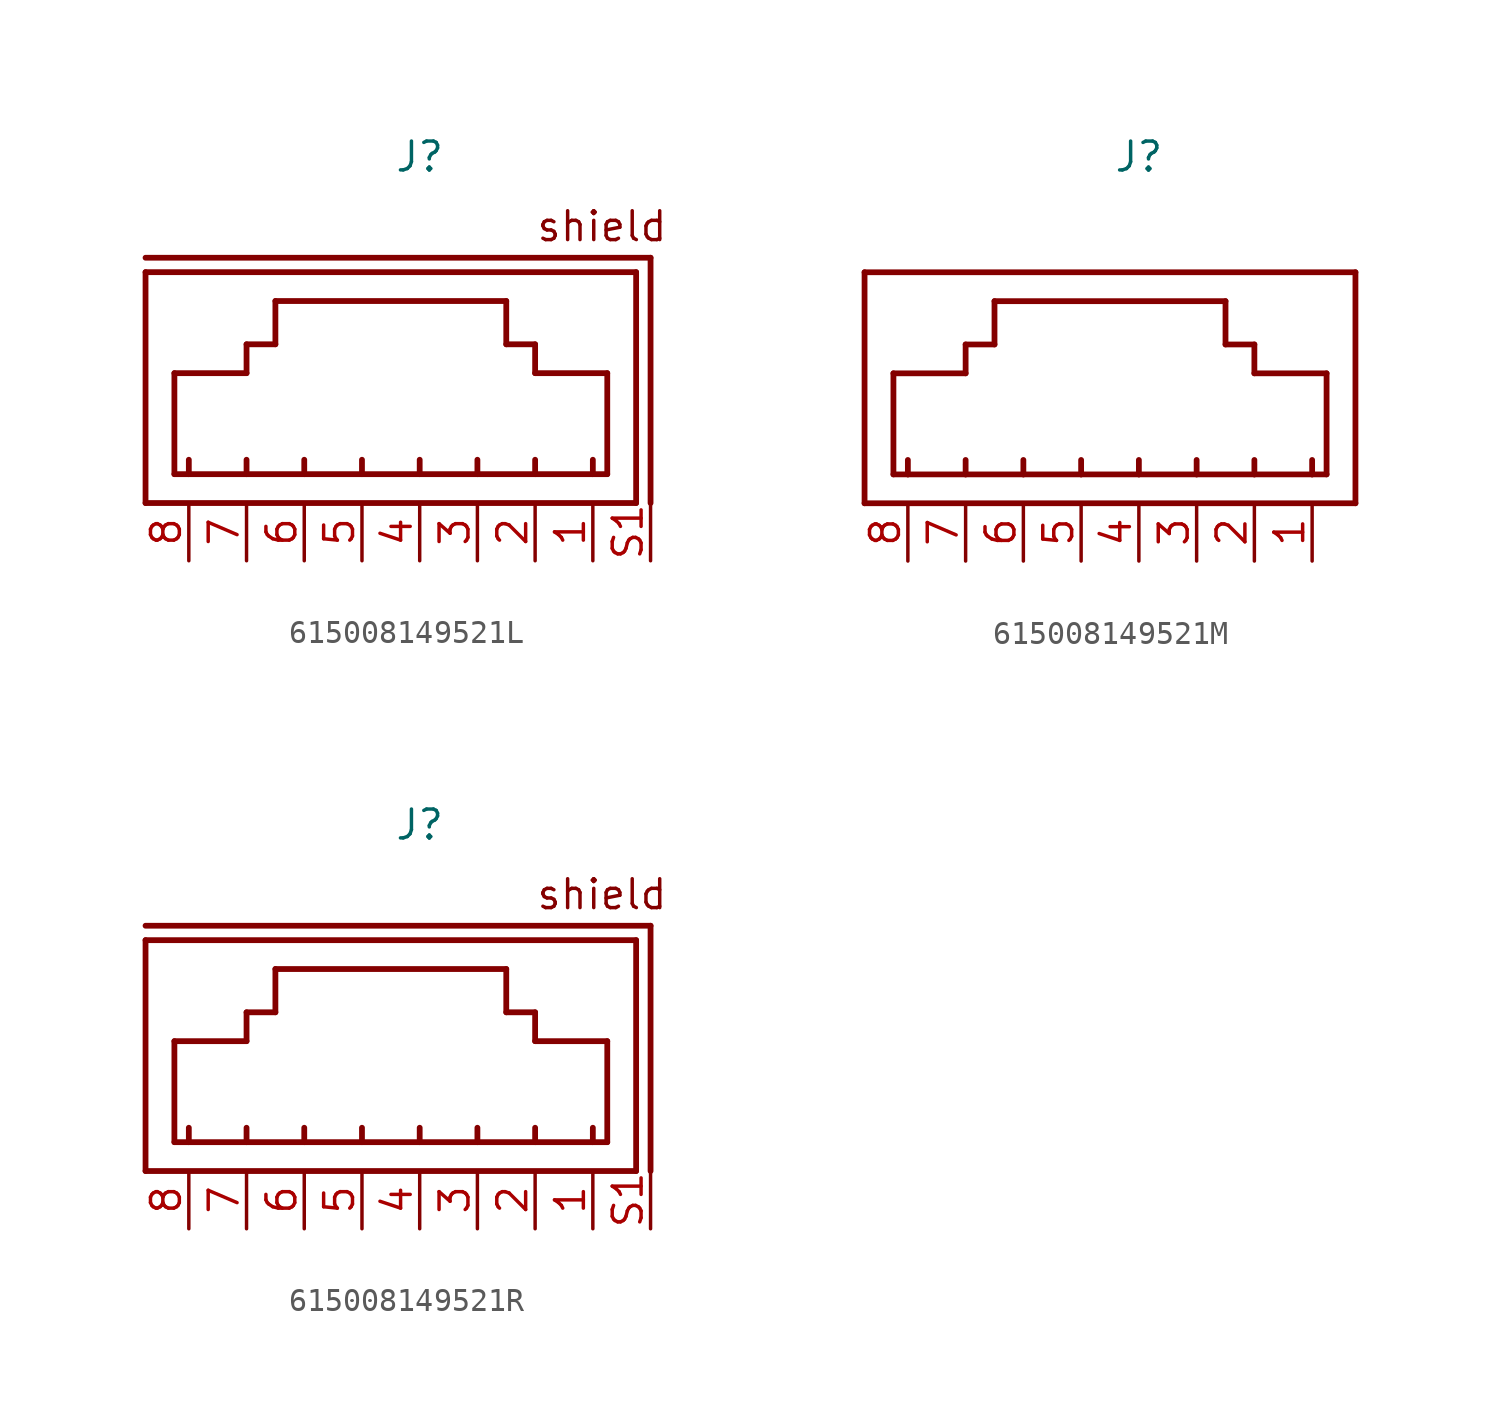
<source format=kicad_sym>
(kicad_symbol_lib
  (version 20241209)
  (generator "kicad_symbol_editor")
  (generator_version "9.0")
  (symbol "615008149521L"
    (pin_names
      (hide yes))
    (property "Reference" "J"
      (at 0 10.16 0)
      (effects (font (size 1.27 1.27))))
    (symbol "615008149521L_1_0"
      (polyline (pts (xy -12.065 5.715) (xy 10.16 5.715)) (stroke (width 0.254) (type solid)) (fill (type none)))
      (polyline (pts (xy -12.065 5.08) (xy 9.525 5.08)) (stroke (width 0.254) (type solid)) (fill (type none)))
      (polyline (pts (xy -12.065 -5.08) (xy -12.065 5.08)) (stroke (width 0.254) (type solid)) (fill (type none)))
      (polyline (pts (xy -10.795 0.635) (xy -7.62 0.635)) (stroke (width 0.254) (type solid)) (fill (type none)))
      (polyline (pts (xy -10.795 -3.81) (xy -10.795 0.635)) (stroke (width 0.254) (type solid)) (fill (type none)))
      (polyline (pts (xy -10.16 -3.81) (xy -10.795 -3.81)) (stroke (width 0.254) (type solid)) (fill (type none)))
      (polyline (pts (xy -10.16 -3.81) (xy -10.16 -3.175)) (stroke (width 0.254) (type solid)) (fill (type none)))
      (polyline (pts (xy -7.62 1.905) (xy -6.35 1.905)) (stroke (width 0.254) (type solid)) (fill (type none)))
      (polyline (pts (xy -7.62 0.635) (xy -7.62 1.905)) (stroke (width 0.254) (type solid)) (fill (type none)))
      (polyline (pts (xy -7.62 -3.81) (xy -10.16 -3.81)) (stroke (width 0.254) (type solid)) (fill (type none)))
      (polyline (pts (xy -7.62 -3.81) (xy -7.62 -3.175)) (stroke (width 0.254) (type solid)) (fill (type none)))
      (polyline (pts (xy -6.35 3.81) (xy 3.81 3.81)) (stroke (width 0.254) (type solid)) (fill (type none)))
      (polyline (pts (xy -6.35 1.905) (xy -6.35 3.81)) (stroke (width 0.254) (type solid)) (fill (type none)))
      (polyline (pts (xy -5.08 -3.81) (xy -7.62 -3.81)) (stroke (width 0.254) (type solid)) (fill (type none)))
      (polyline (pts (xy -5.08 -3.81) (xy -5.08 -3.175)) (stroke (width 0.254) (type solid)) (fill (type none)))
      (polyline (pts (xy -2.54 -3.81) (xy -5.08 -3.81)) (stroke (width 0.254) (type solid)) (fill (type none)))
      (polyline (pts (xy -2.54 -3.81) (xy -2.54 -3.175)) (stroke (width 0.254) (type solid)) (fill (type none)))
      (polyline (pts (xy 0 -3.81) (xy -2.54 -3.81)) (stroke (width 0.254) (type solid)) (fill (type none)))
      (polyline (pts (xy 0 -3.81) (xy 0 -3.175)) (stroke (width 0.254) (type solid)) (fill (type none)))
      (polyline (pts (xy 2.54 -3.81) (xy 0 -3.81)) (stroke (width 0.254) (type solid)) (fill (type none)))
      (polyline (pts (xy 2.54 -3.81) (xy 2.54 -3.175)) (stroke (width 0.254) (type solid)) (fill (type none)))
      (polyline (pts (xy 3.81 1.905) (xy 3.81 3.81)) (stroke (width 0.254) (type solid)) (fill (type none)))
      (polyline (pts (xy 5.08 1.905) (xy 3.81 1.905)) (stroke (width 0.254) (type solid)) (fill (type none)))
      (polyline (pts (xy 5.08 0.635) (xy 5.08 1.905)) (stroke (width 0.254) (type solid)) (fill (type none)))
      (polyline (pts (xy 5.08 -3.81) (xy 2.54 -3.81)) (stroke (width 0.254) (type solid)) (fill (type none)))
      (polyline (pts (xy 5.08 -3.81) (xy 5.08 -3.175)) (stroke (width 0.254) (type solid)) (fill (type none)))
      (polyline (pts (xy 7.62 -3.81) (xy 5.08 -3.81)) (stroke (width 0.254) (type solid)) (fill (type none)))
      (polyline (pts (xy 7.62 -3.81) (xy 7.62 -3.175)) (stroke (width 0.254) (type solid)) (fill (type none)))
      (polyline (pts (xy 8.255 0.635) (xy 5.08 0.635)) (stroke (width 0.254) (type solid)) (fill (type none)))
      (polyline (pts (xy 8.255 0.635) (xy 8.255 -3.81)) (stroke (width 0.254) (type solid)) (fill (type none)))
      (polyline (pts (xy 8.255 -3.81) (xy 7.62 -3.81)) (stroke (width 0.254) (type solid)) (fill (type none)))
      (polyline (pts (xy 9.525 5.08) (xy 9.525 -5.08)) (stroke (width 0.254) (type solid)) (fill (type none)))
      (polyline (pts (xy 9.525 -5.08) (xy -12.065 -5.08)) (stroke (width 0.254) (type solid)) (fill (type none)))
      (polyline (pts (xy 10.16 5.715) (xy 10.16 -5.08)) (stroke (width 0.254) (type solid)) (fill (type none)))
      (pin passive line (at -10.16 -7.62 90) (length 2.54) (name "8" (effects (font (size 1.27 1.27)))) (number "8" (effects (font (size 1.27 1.27)))))
      (pin passive line (at -7.62 -7.62 90) (length 2.54) (name "7" (effects (font (size 1.27 1.27)))) (number "7" (effects (font (size 1.27 1.27)))))
      (pin passive line (at -5.08 -7.62 90) (length 2.54) (name "6" (effects (font (size 1.27 1.27)))) (number "6" (effects (font (size 1.27 1.27)))))
      (pin passive line (at -2.54 -7.62 90) (length 2.54) (name "5" (effects (font (size 1.27 1.27)))) (number "5" (effects (font (size 1.27 1.27)))))
      (pin passive line (at 0 -7.62 90) (length 2.54) (name "4" (effects (font (size 1.27 1.27)))) (number "4" (effects (font (size 1.27 1.27)))))
      (pin passive line (at 2.54 -7.62 90) (length 2.54) (name "3" (effects (font (size 1.27 1.27)))) (number "3" (effects (font (size 1.27 1.27)))))
      (pin passive line (at 5.08 -7.62 90) (length 2.54) (name "2" (effects (font (size 1.27 1.27)))) (number "2" (effects (font (size 1.27 1.27)))))
      (pin passive line (at 7.62 -7.62 90) (length 2.54) (name "1" (effects (font (size 1.27 1.27)))) (number "1" (effects (font (size 1.27 1.27)))))
      (pin passive line (at 10.16 -7.62 90) (length 2.54) (name "SHIELD" (effects (font (size 1.27 1.27)))) (number "S1" (effects (font (size 1.27 1.27))))))
    (symbol "615008149521L_1_1"
      (text "shield" (at 5.08 6.35 0) (effects (font (size 1.27 1.27)) (justify left bottom)))))
  (symbol "615008149521M"
    (pin_names
      (hide yes))
    (property "Reference" "J"
      (at 0 10.16 0)
      (effects (font (size 1.27 1.27))))
    (symbol "615008149521M_1_0"
      (polyline (pts (xy -12.065 5.08) (xy 9.525 5.08)) (stroke (width 0.254) (type solid)) (fill (type none)))
      (polyline (pts (xy -12.065 -5.08) (xy -12.065 5.08)) (stroke (width 0.254) (type solid)) (fill (type none)))
      (polyline (pts (xy -10.795 0.635) (xy -7.62 0.635)) (stroke (width 0.254) (type solid)) (fill (type none)))
      (polyline (pts (xy -10.795 -3.81) (xy -10.795 0.635)) (stroke (width 0.254) (type solid)) (fill (type none)))
      (polyline (pts (xy -10.16 -3.81) (xy -10.795 -3.81)) (stroke (width 0.254) (type solid)) (fill (type none)))
      (polyline (pts (xy -10.16 -3.81) (xy -10.16 -3.175)) (stroke (width 0.254) (type solid)) (fill (type none)))
      (polyline (pts (xy -7.62 1.905) (xy -6.35 1.905)) (stroke (width 0.254) (type solid)) (fill (type none)))
      (polyline (pts (xy -7.62 0.635) (xy -7.62 1.905)) (stroke (width 0.254) (type solid)) (fill (type none)))
      (polyline (pts (xy -7.62 -3.81) (xy -10.16 -3.81)) (stroke (width 0.254) (type solid)) (fill (type none)))
      (polyline (pts (xy -7.62 -3.81) (xy -7.62 -3.175)) (stroke (width 0.254) (type solid)) (fill (type none)))
      (polyline (pts (xy -6.35 3.81) (xy 3.81 3.81)) (stroke (width 0.254) (type solid)) (fill (type none)))
      (polyline (pts (xy -6.35 1.905) (xy -6.35 3.81)) (stroke (width 0.254) (type solid)) (fill (type none)))
      (polyline (pts (xy -5.08 -3.81) (xy -7.62 -3.81)) (stroke (width 0.254) (type solid)) (fill (type none)))
      (polyline (pts (xy -5.08 -3.81) (xy -5.08 -3.175)) (stroke (width 0.254) (type solid)) (fill (type none)))
      (polyline (pts (xy -2.54 -3.81) (xy -5.08 -3.81)) (stroke (width 0.254) (type solid)) (fill (type none)))
      (polyline (pts (xy -2.54 -3.81) (xy -2.54 -3.175)) (stroke (width 0.254) (type solid)) (fill (type none)))
      (polyline (pts (xy 0 -3.81) (xy -2.54 -3.81)) (stroke (width 0.254) (type solid)) (fill (type none)))
      (polyline (pts (xy 0 -3.81) (xy 0 -3.175)) (stroke (width 0.254) (type solid)) (fill (type none)))
      (polyline (pts (xy 2.54 -3.81) (xy 0 -3.81)) (stroke (width 0.254) (type solid)) (fill (type none)))
      (polyline (pts (xy 2.54 -3.81) (xy 2.54 -3.175)) (stroke (width 0.254) (type solid)) (fill (type none)))
      (polyline (pts (xy 3.81 1.905) (xy 3.81 3.81)) (stroke (width 0.254) (type solid)) (fill (type none)))
      (polyline (pts (xy 5.08 1.905) (xy 3.81 1.905)) (stroke (width 0.254) (type solid)) (fill (type none)))
      (polyline (pts (xy 5.08 0.635) (xy 5.08 1.905)) (stroke (width 0.254) (type solid)) (fill (type none)))
      (polyline (pts (xy 5.08 -3.81) (xy 2.54 -3.81)) (stroke (width 0.254) (type solid)) (fill (type none)))
      (polyline (pts (xy 5.08 -3.81) (xy 5.08 -3.175)) (stroke (width 0.254) (type solid)) (fill (type none)))
      (polyline (pts (xy 7.62 -3.81) (xy 5.08 -3.81)) (stroke (width 0.254) (type solid)) (fill (type none)))
      (polyline (pts (xy 7.62 -3.81) (xy 7.62 -3.175)) (stroke (width 0.254) (type solid)) (fill (type none)))
      (polyline (pts (xy 8.255 0.635) (xy 5.08 0.635)) (stroke (width 0.254) (type solid)) (fill (type none)))
      (polyline (pts (xy 8.255 0.635) (xy 8.255 -3.81)) (stroke (width 0.254) (type solid)) (fill (type none)))
      (polyline (pts (xy 8.255 -3.81) (xy 7.62 -3.81)) (stroke (width 0.254) (type solid)) (fill (type none)))
      (polyline (pts (xy 9.525 5.08) (xy 9.525 -5.08)) (stroke (width 0.254) (type solid)) (fill (type none)))
      (polyline (pts (xy 9.525 -5.08) (xy -12.065 -5.08)) (stroke (width 0.254) (type solid)) (fill (type none)))
      (pin passive line (at -10.16 -7.62 90) (length 2.54) (name "8" (effects (font (size 1.27 1.27)))) (number "8" (effects (font (size 1.27 1.27)))))
      (pin passive line (at -7.62 -7.62 90) (length 2.54) (name "7" (effects (font (size 1.27 1.27)))) (number "7" (effects (font (size 1.27 1.27)))))
      (pin passive line (at -5.08 -7.62 90) (length 2.54) (name "6" (effects (font (size 1.27 1.27)))) (number "6" (effects (font (size 1.27 1.27)))))
      (pin passive line (at -2.54 -7.62 90) (length 2.54) (name "5" (effects (font (size 1.27 1.27)))) (number "5" (effects (font (size 1.27 1.27)))))
      (pin passive line (at 0 -7.62 90) (length 2.54) (name "4" (effects (font (size 1.27 1.27)))) (number "4" (effects (font (size 1.27 1.27)))))
      (pin passive line (at 2.54 -7.62 90) (length 2.54) (name "3" (effects (font (size 1.27 1.27)))) (number "3" (effects (font (size 1.27 1.27)))))
      (pin passive line (at 5.08 -7.62 90) (length 2.54) (name "2" (effects (font (size 1.27 1.27)))) (number "2" (effects (font (size 1.27 1.27)))))
      (pin passive line (at 7.62 -7.62 90) (length 2.54) (name "1" (effects (font (size 1.27 1.27)))) (number "1" (effects (font (size 1.27 1.27)))))))
  (symbol "615008149521R"
    (pin_names
      (hide yes))
    (property "Reference" "J"
      (at 0 10.16 0)
      (effects (font (size 1.27 1.27))))
    (symbol "615008149521R_1_0"
      (polyline (pts (xy -12.065 5.715) (xy 10.16 5.715)) (stroke (width 0.254) (type solid)) (fill (type none)))
      (polyline (pts (xy -12.065 5.08) (xy 9.525 5.08)) (stroke (width 0.254) (type solid)) (fill (type none)))
      (polyline (pts (xy -12.065 -5.08) (xy -12.065 5.08)) (stroke (width 0.254) (type solid)) (fill (type none)))
      (polyline (pts (xy -10.795 0.635) (xy -7.62 0.635)) (stroke (width 0.254) (type solid)) (fill (type none)))
      (polyline (pts (xy -10.795 -3.81) (xy -10.795 0.635)) (stroke (width 0.254) (type solid)) (fill (type none)))
      (polyline (pts (xy -10.16 -3.81) (xy -10.795 -3.81)) (stroke (width 0.254) (type solid)) (fill (type none)))
      (polyline (pts (xy -10.16 -3.81) (xy -10.16 -3.175)) (stroke (width 0.254) (type solid)) (fill (type none)))
      (polyline (pts (xy -7.62 1.905) (xy -6.35 1.905)) (stroke (width 0.254) (type solid)) (fill (type none)))
      (polyline (pts (xy -7.62 0.635) (xy -7.62 1.905)) (stroke (width 0.254) (type solid)) (fill (type none)))
      (polyline (pts (xy -7.62 -3.81) (xy -10.16 -3.81)) (stroke (width 0.254) (type solid)) (fill (type none)))
      (polyline (pts (xy -7.62 -3.81) (xy -7.62 -3.175)) (stroke (width 0.254) (type solid)) (fill (type none)))
      (polyline (pts (xy -6.35 3.81) (xy 3.81 3.81)) (stroke (width 0.254) (type solid)) (fill (type none)))
      (polyline (pts (xy -6.35 1.905) (xy -6.35 3.81)) (stroke (width 0.254) (type solid)) (fill (type none)))
      (polyline (pts (xy -5.08 -3.81) (xy -7.62 -3.81)) (stroke (width 0.254) (type solid)) (fill (type none)))
      (polyline (pts (xy -5.08 -3.81) (xy -5.08 -3.175)) (stroke (width 0.254) (type solid)) (fill (type none)))
      (polyline (pts (xy -2.54 -3.81) (xy -5.08 -3.81)) (stroke (width 0.254) (type solid)) (fill (type none)))
      (polyline (pts (xy -2.54 -3.81) (xy -2.54 -3.175)) (stroke (width 0.254) (type solid)) (fill (type none)))
      (polyline (pts (xy 0 -3.81) (xy -2.54 -3.81)) (stroke (width 0.254) (type solid)) (fill (type none)))
      (polyline (pts (xy 0 -3.81) (xy 0 -3.175)) (stroke (width 0.254) (type solid)) (fill (type none)))
      (polyline (pts (xy 2.54 -3.81) (xy 0 -3.81)) (stroke (width 0.254) (type solid)) (fill (type none)))
      (polyline (pts (xy 2.54 -3.81) (xy 2.54 -3.175)) (stroke (width 0.254) (type solid)) (fill (type none)))
      (polyline (pts (xy 3.81 1.905) (xy 3.81 3.81)) (stroke (width 0.254) (type solid)) (fill (type none)))
      (polyline (pts (xy 5.08 1.905) (xy 3.81 1.905)) (stroke (width 0.254) (type solid)) (fill (type none)))
      (polyline (pts (xy 5.08 0.635) (xy 5.08 1.905)) (stroke (width 0.254) (type solid)) (fill (type none)))
      (polyline (pts (xy 5.08 -3.81) (xy 2.54 -3.81)) (stroke (width 0.254) (type solid)) (fill (type none)))
      (polyline (pts (xy 5.08 -3.81) (xy 5.08 -3.175)) (stroke (width 0.254) (type solid)) (fill (type none)))
      (polyline (pts (xy 7.62 -3.81) (xy 5.08 -3.81)) (stroke (width 0.254) (type solid)) (fill (type none)))
      (polyline (pts (xy 7.62 -3.81) (xy 7.62 -3.175)) (stroke (width 0.254) (type solid)) (fill (type none)))
      (polyline (pts (xy 8.255 0.635) (xy 5.08 0.635)) (stroke (width 0.254) (type solid)) (fill (type none)))
      (polyline (pts (xy 8.255 0.635) (xy 8.255 -3.81)) (stroke (width 0.254) (type solid)) (fill (type none)))
      (polyline (pts (xy 8.255 -3.81) (xy 7.62 -3.81)) (stroke (width 0.254) (type solid)) (fill (type none)))
      (polyline (pts (xy 9.525 5.08) (xy 9.525 -5.08)) (stroke (width 0.254) (type solid)) (fill (type none)))
      (polyline (pts (xy 9.525 -5.08) (xy -12.065 -5.08)) (stroke (width 0.254) (type solid)) (fill (type none)))
      (polyline (pts (xy 10.16 5.715) (xy 10.16 -5.08)) (stroke (width 0.254) (type solid)) (fill (type none)))
      (pin passive line (at -10.16 -7.62 90) (length 2.54) (name "8" (effects (font (size 1.27 1.27)))) (number "8" (effects (font (size 1.27 1.27)))))
      (pin passive line (at -7.62 -7.62 90) (length 2.54) (name "7" (effects (font (size 1.27 1.27)))) (number "7" (effects (font (size 1.27 1.27)))))
      (pin passive line (at -5.08 -7.62 90) (length 2.54) (name "6" (effects (font (size 1.27 1.27)))) (number "6" (effects (font (size 1.27 1.27)))))
      (pin passive line (at -2.54 -7.62 90) (length 2.54) (name "5" (effects (font (size 1.27 1.27)))) (number "5" (effects (font (size 1.27 1.27)))))
      (pin passive line (at 0 -7.62 90) (length 2.54) (name "4" (effects (font (size 1.27 1.27)))) (number "4" (effects (font (size 1.27 1.27)))))
      (pin passive line (at 2.54 -7.62 90) (length 2.54) (name "3" (effects (font (size 1.27 1.27)))) (number "3" (effects (font (size 1.27 1.27)))))
      (pin passive line (at 5.08 -7.62 90) (length 2.54) (name "2" (effects (font (size 1.27 1.27)))) (number "2" (effects (font (size 1.27 1.27)))))
      (pin passive line (at 7.62 -7.62 90) (length 2.54) (name "1" (effects (font (size 1.27 1.27)))) (number "1" (effects (font (size 1.27 1.27)))))
      (pin passive line (at 10.16 -7.62 90) (length 2.54) (name "SHIELD" (effects (font (size 1.27 1.27)))) (number "S1" (effects (font (size 1.27 1.27))))))
    (symbol "615008149521R_1_1"
      (text "shield" (at 5.08 6.35 0) (effects (font (size 1.27 1.27)) (justify left bottom))))))
</source>
